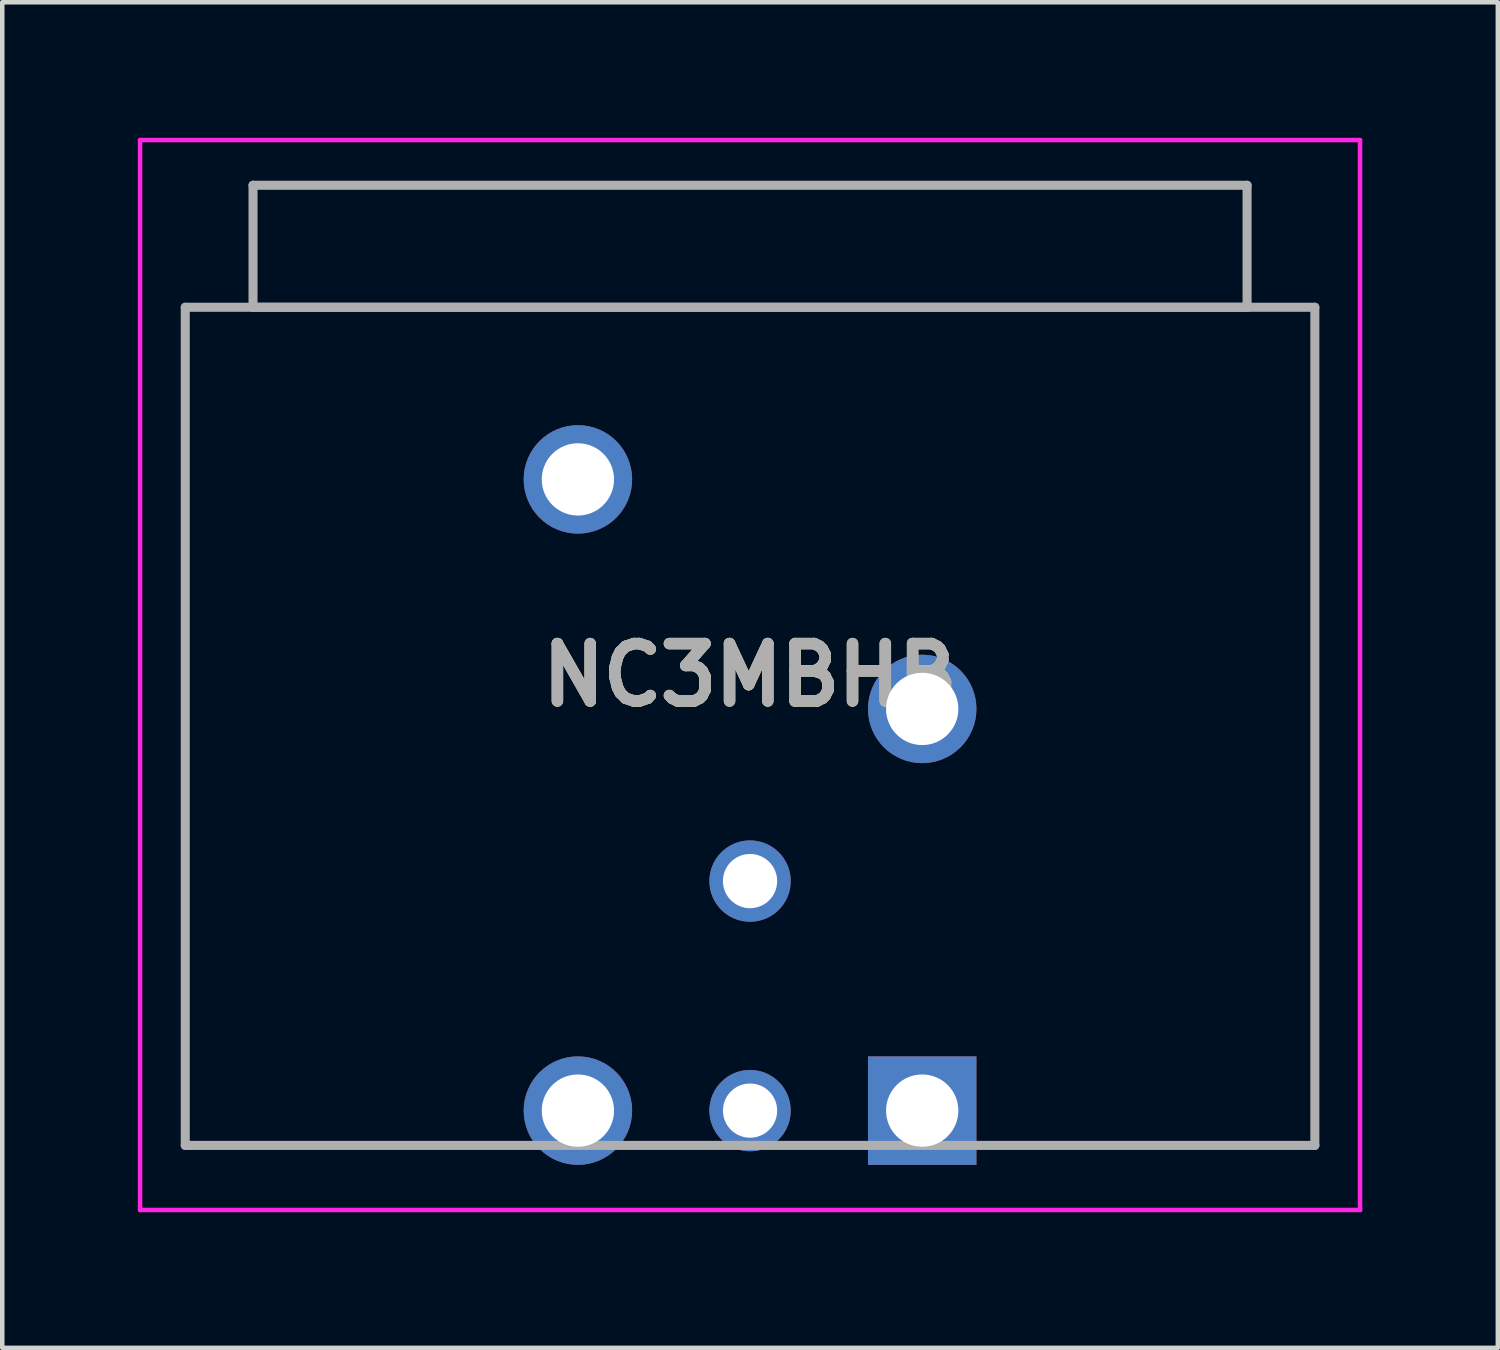
<source format=kicad_pcb>
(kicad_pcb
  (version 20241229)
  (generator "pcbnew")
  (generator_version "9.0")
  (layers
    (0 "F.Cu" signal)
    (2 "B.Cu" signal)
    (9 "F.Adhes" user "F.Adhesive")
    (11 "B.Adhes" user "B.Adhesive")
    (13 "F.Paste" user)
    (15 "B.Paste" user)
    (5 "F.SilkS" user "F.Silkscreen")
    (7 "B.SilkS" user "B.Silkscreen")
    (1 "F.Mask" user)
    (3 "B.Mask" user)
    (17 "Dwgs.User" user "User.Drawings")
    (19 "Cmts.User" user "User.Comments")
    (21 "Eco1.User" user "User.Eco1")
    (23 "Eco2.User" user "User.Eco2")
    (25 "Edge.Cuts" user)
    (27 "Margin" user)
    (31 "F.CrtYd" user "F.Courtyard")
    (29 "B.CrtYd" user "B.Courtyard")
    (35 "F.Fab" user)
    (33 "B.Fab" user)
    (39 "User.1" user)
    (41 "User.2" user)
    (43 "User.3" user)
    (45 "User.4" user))
  (footprint "NC3MBHB"
    (layer "F.Cu")
    (at 17.36 21.53)
    (property "Reference" "NC3MBHB" (at -3.81 -9.64 0) (layer "F.SilkS") (effects (font (size 1.27 1.27) (thickness 0.254))))
    (attr through_hole)
    (fp_line (start -16.31 -17.78) (end 8.69 -17.78) (stroke (width 0.1) (type solid)) (layer "F.SilkS"))
    (fp_line (start -16.31 0.77) (end -16.31 -17.78) (stroke (width 0.1) (type solid)) (layer "F.SilkS"))
    (fp_line (start -9.31 0.77) (end -16.31 0.77) (stroke (width 0.1) (type solid)) (layer "F.SilkS"))
    (fp_line (start 8.69 -17.78) (end 8.69 0.77) (stroke (width 0.1) (type solid)) (layer "F.SilkS"))
    (fp_line (start 8.69 0.77) (end 2.19 0.77) (stroke (width 0.1) (type solid)) (layer "F.SilkS"))
    (fp_line (start -17.31 -21.48) (end 9.69 -21.48) (stroke (width 0.1) (type solid)) (layer "F.CrtYd"))
    (fp_line (start -17.31 2.2) (end -17.31 -21.48) (stroke (width 0.1) (type solid)) (layer "F.CrtYd"))
    (fp_line (start 9.69 -21.48) (end 9.69 2.2) (stroke (width 0.1) (type solid)) (layer "F.CrtYd"))
    (fp_line (start 9.69 2.2) (end -17.31 2.2) (stroke (width 0.1) (type solid)) (layer "F.CrtYd"))
    (fp_line (start -16.31 -17.78) (end 8.69 -17.78) (stroke (width 0.2) (type solid)) (layer "F.Fab"))
    (fp_line (start -16.31 0.77) (end -16.31 -17.78) (stroke (width 0.2) (type solid)) (layer "F.Fab"))
    (fp_line (start -14.81 -20.48) (end -14.81 -17.78) (stroke (width 0.2) (type solid)) (layer "F.Fab"))
    (fp_line (start -14.81 -17.78) (end 7.19 -17.78) (stroke (width 0.2) (type solid)) (layer "F.Fab"))
    (fp_line (start 7.19 -20.48) (end -14.81 -20.48) (stroke (width 0.2) (type solid)) (layer "F.Fab"))
    (fp_line (start 7.19 -17.78) (end 7.19 -20.48) (stroke (width 0.2) (type solid)) (layer "F.Fab"))
    (fp_line (start 8.69 -17.78) (end 8.69 0.77) (stroke (width 0.2) (type solid)) (layer "F.Fab"))
    (fp_line (start 8.69 0.77) (end -16.31 0.77) (stroke (width 0.2) (type solid)) (layer "F.Fab"))
    (fp_text user "${REFERENCE}" (at -3.81 -9.64 0) (layer "F.Fab") (effects (font (size 1.27 1.27) (thickness 0.254))))
    (pad "1" thru_hole rect (at 0 0) (size 2.4 2.4) (drill 1.6) (layers "*.Cu" "*.Mask"))
    (pad "2" thru_hole circle (at -7.62 0) (size 2.4 2.4) (drill 1.6) (layers "*.Cu" "*.Mask"))
    (pad "3" thru_hole circle (at -3.81 0) (size 1.8 1.8) (drill 1.2) (layers "*.Cu" "*.Mask"))
    (pad "4" thru_hole circle (at 0 -8.89) (size 2.4 2.4) (drill 1.6) (layers "*.Cu" "*.Mask"))
    (pad "5" thru_hole circle (at -7.62 -13.97) (size 2.4 2.4) (drill 1.6) (layers "*.Cu" "*.Mask"))
    (pad "G1" thru_hole circle (at -3.81 -5.08) (size 1.8 1.8) (drill 1.2) (layers "*.Cu" "*.Mask")))
  (gr_rect
    (start -3 -3)
    (end 30.1 26.78)
    (stroke (width 0.1) (type default))
    (fill no)
    (layer "Edge.Cuts")))
</source>
